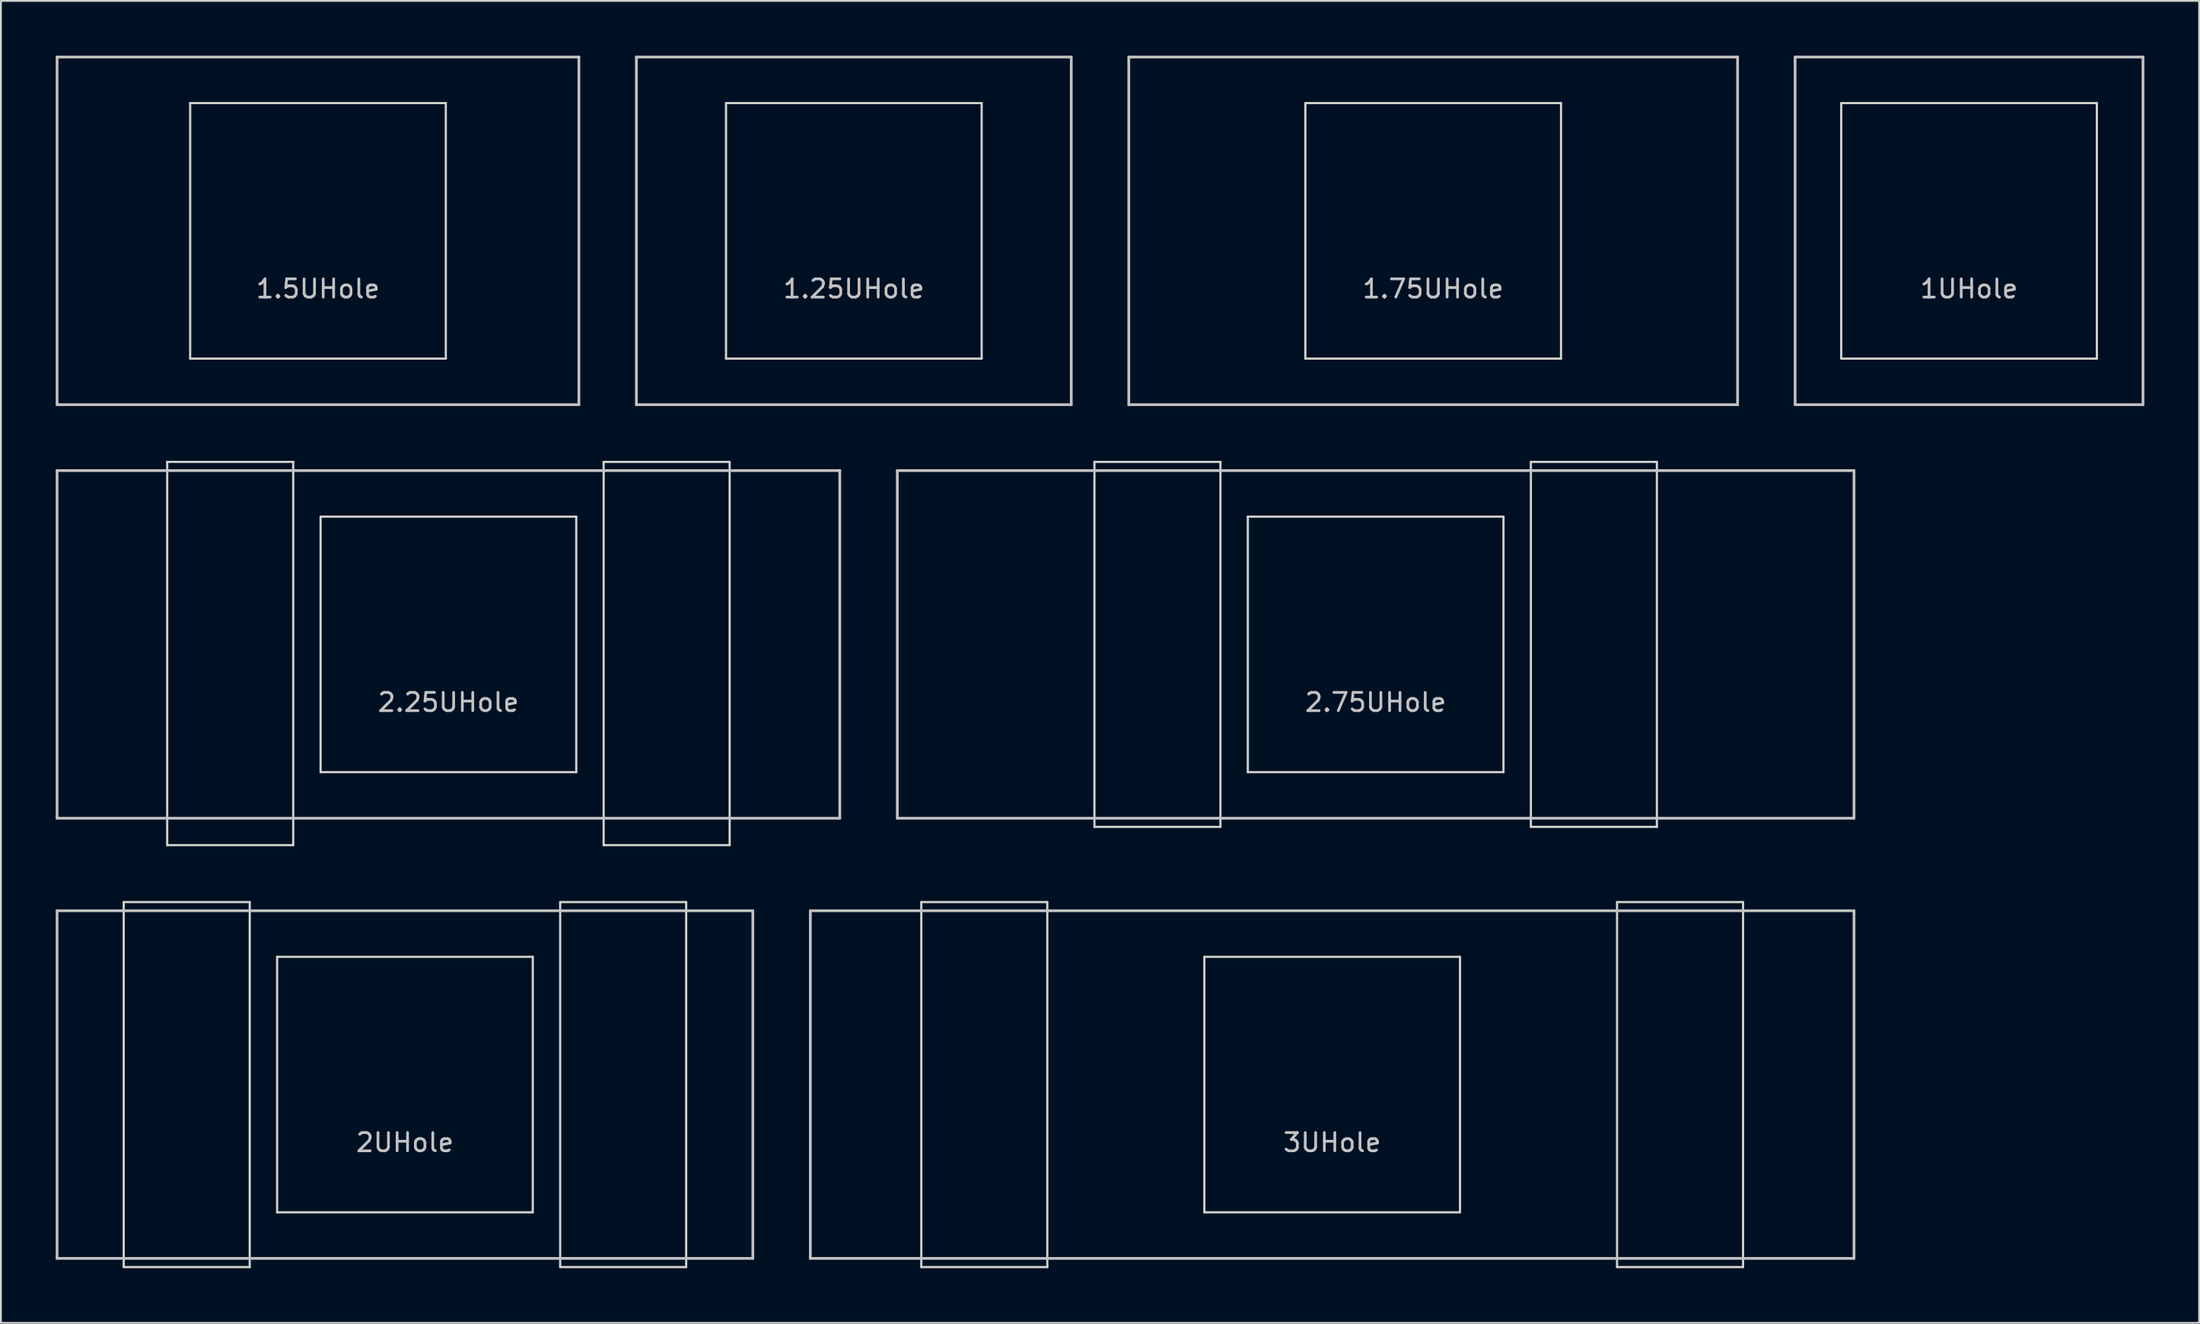
<source format=kicad_pcb>
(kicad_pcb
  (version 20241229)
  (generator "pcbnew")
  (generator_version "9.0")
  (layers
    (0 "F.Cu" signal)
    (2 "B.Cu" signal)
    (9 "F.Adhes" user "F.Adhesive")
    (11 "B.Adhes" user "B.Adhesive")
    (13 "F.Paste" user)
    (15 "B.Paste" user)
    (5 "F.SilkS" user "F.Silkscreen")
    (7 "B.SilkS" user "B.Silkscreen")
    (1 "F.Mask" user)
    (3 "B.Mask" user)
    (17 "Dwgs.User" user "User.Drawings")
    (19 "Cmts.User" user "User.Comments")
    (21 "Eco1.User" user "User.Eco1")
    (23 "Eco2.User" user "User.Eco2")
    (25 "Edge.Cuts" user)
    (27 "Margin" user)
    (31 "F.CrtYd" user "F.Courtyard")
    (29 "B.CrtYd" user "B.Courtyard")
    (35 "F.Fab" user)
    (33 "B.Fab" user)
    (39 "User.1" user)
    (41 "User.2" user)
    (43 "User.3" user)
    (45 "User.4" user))
  (footprint "2.25UHole"
    (layer "F.Cu")
    (at 21.506 32.26)
    (property "Reference" "2.25UHole" (at 0 3.175 0) (layer "Dwgs.User") (effects (font (size 1 1) (thickness 0.15))))
    (attr through_hole)
    (fp_line (start -21.431 -9.525) (end 21.431 -9.525) (stroke (width 0.15) (type solid)) (layer "Dwgs.User"))
    (fp_line (start -21.431 9.525) (end -21.431 -9.525) (stroke (width 0.15) (type solid)) (layer "Dwgs.User"))
    (fp_line (start -21.431 9.525) (end 21.431 9.525) (stroke (width 0.15) (type solid)) (layer "Dwgs.User"))
    (fp_line (start 21.431 -9.525) (end 21.431 9.525) (stroke (width 0.15) (type solid)) (layer "Dwgs.User"))
    (fp_line (start -15.4 -10) (end -8.5 -10) (stroke (width 0.12) (type solid)) (layer "Edge.Cuts"))
    (fp_line (start -15.4 11) (end -15.4 -10) (stroke (width 0.12) (type solid)) (layer "Edge.Cuts"))
    (fp_line (start -15.4 11) (end -8.5 11) (stroke (width 0.12) (type solid)) (layer "Edge.Cuts"))
    (fp_line (start -8.5 -10) (end -8.5 11) (stroke (width 0.12) (type solid)) (layer "Edge.Cuts"))
    (fp_line (start -7 -7) (end 7 -7) (stroke (width 0.12) (type solid)) (layer "Edge.Cuts"))
    (fp_line (start -7 7) (end -7 -7) (stroke (width 0.12) (type solid)) (layer "Edge.Cuts"))
    (fp_line (start 7 -7) (end 7 7) (stroke (width 0.12) (type solid)) (layer "Edge.Cuts"))
    (fp_line (start 7 7) (end -7 7) (stroke (width 0.12) (type solid)) (layer "Edge.Cuts"))
    (fp_line (start 8.5 -10) (end 8.5 11) (stroke (width 0.12) (type solid)) (layer "Edge.Cuts"))
    (fp_line (start 8.5 -10) (end 15.4 -10) (stroke (width 0.12) (type solid)) (layer "Edge.Cuts"))
    (fp_line (start 8.5 11) (end 15.4 11) (stroke (width 0.12) (type solid)) (layer "Edge.Cuts"))
    (fp_line (start 15.4 -10) (end 15.4 11) (stroke (width 0.12) (type solid)) (layer "Edge.Cuts")))
  (footprint "2.75UHole"
    (layer "F.Cu")
    (at 72.281 32.26)
    (property "Reference" "2.75UHole" (at 0 3.175 0) (layer "Dwgs.User") (effects (font (size 1 1) (thickness 0.15))))
    (attr through_hole)
    (fp_line (start -26.194 -9.525) (end 26.194 -9.525) (stroke (width 0.15) (type solid)) (layer "Dwgs.User"))
    (fp_line (start -26.194 9.525) (end -26.194 -9.525) (stroke (width 0.15) (type solid)) (layer "Dwgs.User"))
    (fp_line (start -26.194 9.525) (end 26.194 9.525) (stroke (width 0.15) (type solid)) (layer "Dwgs.User"))
    (fp_line (start 26.194 -9.525) (end 26.194 9.525) (stroke (width 0.15) (type solid)) (layer "Dwgs.User"))
    (fp_line (start -15.4 -10) (end -15.4 10) (stroke (width 0.12) (type solid)) (layer "Edge.Cuts"))
    (fp_line (start -15.4 -10) (end -8.5 -10) (stroke (width 0.12) (type solid)) (layer "Edge.Cuts"))
    (fp_line (start -8.5 -10) (end -8.5 10) (stroke (width 0.12) (type solid)) (layer "Edge.Cuts"))
    (fp_line (start -8.5 10) (end -15.4 10) (stroke (width 0.12) (type solid)) (layer "Edge.Cuts"))
    (fp_line (start -7 -7) (end 7 -7) (stroke (width 0.12) (type solid)) (layer "Edge.Cuts"))
    (fp_line (start -7 7) (end -7 -7) (stroke (width 0.12) (type solid)) (layer "Edge.Cuts"))
    (fp_line (start 7 -7) (end 7 7) (stroke (width 0.12) (type solid)) (layer "Edge.Cuts"))
    (fp_line (start 7 7) (end -7 7) (stroke (width 0.12) (type solid)) (layer "Edge.Cuts"))
    (fp_line (start 8.5 -10) (end 15.4 -10) (stroke (width 0.12) (type solid)) (layer "Edge.Cuts"))
    (fp_line (start 8.5 10) (end 8.5 -10) (stroke (width 0.12) (type solid)) (layer "Edge.Cuts"))
    (fp_line (start 8.5 10) (end 15.4 10) (stroke (width 0.12) (type solid)) (layer "Edge.Cuts"))
    (fp_line (start 15.4 -10) (end 15.4 10) (stroke (width 0.12) (type solid)) (layer "Edge.Cuts")))
  (footprint "1.25UHole"
    (layer "F.Cu")
    (at 43.706 9.6)
    (property "Reference" "1.25UHole" (at 0 3.175 0) (layer "Dwgs.User") (effects (font (size 1 1) (thickness 0.15))))
    (attr through_hole)
    (fp_line (start -11.906 -9.525) (end 11.906 -9.525) (stroke (width 0.15) (type solid)) (layer "Dwgs.User"))
    (fp_line (start -11.906 9.525) (end -11.906 -9.525) (stroke (width 0.15) (type solid)) (layer "Dwgs.User"))
    (fp_line (start -11.906 9.525) (end 11.906 9.525) (stroke (width 0.15) (type solid)) (layer "Dwgs.User"))
    (fp_line (start 11.906 -9.525) (end 11.906 9.525) (stroke (width 0.15) (type solid)) (layer "Dwgs.User"))
    (fp_line (start -7 -7) (end 7 -7) (stroke (width 0.12) (type solid)) (layer "Edge.Cuts"))
    (fp_line (start -7 7) (end -7 -7) (stroke (width 0.12) (type solid)) (layer "Edge.Cuts"))
    (fp_line (start 7 -7) (end 7 7) (stroke (width 0.12) (type solid)) (layer "Edge.Cuts"))
    (fp_line (start 7 7) (end -7 7) (stroke (width 0.12) (type solid)) (layer "Edge.Cuts")))
  (footprint "1.75UHole"
    (layer "F.Cu")
    (at 75.431 9.6)
    (property "Reference" "1.75UHole" (at 0 3.175 0) (layer "Dwgs.User") (effects (font (size 1 1) (thickness 0.15))))
    (attr through_hole)
    (fp_line (start -16.669 -9.525) (end 16.669 -9.525) (stroke (width 0.15) (type solid)) (layer "Dwgs.User"))
    (fp_line (start -16.669 9.525) (end -16.669 -9.525) (stroke (width 0.15) (type solid)) (layer "Dwgs.User"))
    (fp_line (start -16.669 9.525) (end 16.669 9.525) (stroke (width 0.15) (type solid)) (layer "Dwgs.User"))
    (fp_line (start 16.669 -9.525) (end 16.669 9.525) (stroke (width 0.15) (type solid)) (layer "Dwgs.User"))
    (fp_line (start -7 -7) (end 7 -7) (stroke (width 0.12) (type solid)) (layer "Edge.Cuts"))
    (fp_line (start -7 7) (end -7 -7) (stroke (width 0.12) (type solid)) (layer "Edge.Cuts"))
    (fp_line (start 7 -7) (end 7 7) (stroke (width 0.12) (type solid)) (layer "Edge.Cuts"))
    (fp_line (start 7 7) (end -7 7) (stroke (width 0.12) (type solid)) (layer "Edge.Cuts")))
  (footprint "3UHole"
    (layer "F.Cu")
    (at 69.9 56.38)
    (property "Reference" "3UHole" (at 0 3.175 0) (layer "Dwgs.User") (effects (font (size 1 1) (thickness 0.15))))
    (attr through_hole)
    (fp_line (start -28.575 -9.525) (end 28.575 -9.525) (stroke (width 0.15) (type solid)) (layer "Dwgs.User"))
    (fp_line (start -28.575 9.525) (end -28.575 -9.525) (stroke (width 0.15) (type solid)) (layer "Dwgs.User"))
    (fp_line (start -28.575 9.525) (end 28.575 9.525) (stroke (width 0.15) (type solid)) (layer "Dwgs.User"))
    (fp_line (start 28.575 -9.525) (end 28.575 9.525) (stroke (width 0.15) (type solid)) (layer "Dwgs.User"))
    (fp_line (start -22.5 -10) (end -15.6 -10) (stroke (width 0.12) (type solid)) (layer "Edge.Cuts"))
    (fp_line (start -22.5 10) (end -22.5 -10) (stroke (width 0.12) (type solid)) (layer "Edge.Cuts"))
    (fp_line (start -15.6 -10) (end -15.6 10) (stroke (width 0.12) (type solid)) (layer "Edge.Cuts"))
    (fp_line (start -15.6 10) (end -22.5 10) (stroke (width 0.12) (type solid)) (layer "Edge.Cuts"))
    (fp_line (start -7 -7) (end 7 -7) (stroke (width 0.12) (type solid)) (layer "Edge.Cuts"))
    (fp_line (start -7 7) (end -7 -7) (stroke (width 0.12) (type solid)) (layer "Edge.Cuts"))
    (fp_line (start 7 -7) (end 7 7) (stroke (width 0.12) (type solid)) (layer "Edge.Cuts"))
    (fp_line (start 7 7) (end -7 7) (stroke (width 0.12) (type solid)) (layer "Edge.Cuts"))
    (fp_line (start 15.6 -10) (end 22.5 -10) (stroke (width 0.12) (type solid)) (layer "Edge.Cuts"))
    (fp_line (start 15.6 10) (end 15.6 -10) (stroke (width 0.12) (type solid)) (layer "Edge.Cuts"))
    (fp_line (start 22.5 -10) (end 22.5 10) (stroke (width 0.12) (type solid)) (layer "Edge.Cuts"))
    (fp_line (start 22.5 10) (end 15.6 10) (stroke (width 0.12) (type solid)) (layer "Edge.Cuts")))
  (footprint "1UHole"
    (layer "F.Cu")
    (at 104.775 9.6)
    (property "Reference" "1UHole" (at 0 3.175 0) (layer "Dwgs.User") (effects (font (size 1 1) (thickness 0.15))))
    (attr through_hole)
    (fp_line (start -9.525 -9.525) (end 9.525 -9.525) (stroke (width 0.15) (type solid)) (layer "Dwgs.User"))
    (fp_line (start -9.525 9.525) (end -9.525 -9.525) (stroke (width 0.15) (type solid)) (layer "Dwgs.User"))
    (fp_line (start 9.525 -9.525) (end 9.525 9.525) (stroke (width 0.15) (type solid)) (layer "Dwgs.User"))
    (fp_line (start 9.525 9.525) (end -9.525 9.525) (stroke (width 0.15) (type solid)) (layer "Dwgs.User"))
    (fp_line (start -7 -7) (end -7 7) (stroke (width 0.12) (type solid)) (layer "Edge.Cuts"))
    (fp_line (start -7 -7) (end 7 -7) (stroke (width 0.12) (type solid)) (layer "Edge.Cuts"))
    (fp_line (start 7 -7) (end 7 7) (stroke (width 0.12) (type solid)) (layer "Edge.Cuts"))
    (fp_line (start 7 7) (end -7 7) (stroke (width 0.12) (type solid)) (layer "Edge.Cuts")))
  (footprint "1.5UHole"
    (layer "F.Cu")
    (at 14.363 9.6)
    (property "Reference" "1.5UHole" (at 0 3.175 0) (layer "Dwgs.User") (effects (font (size 1 1) (thickness 0.15))))
    (attr through_hole)
    (fp_line (start -14.287 -9.525) (end 14.287 -9.525) (stroke (width 0.15) (type solid)) (layer "Dwgs.User"))
    (fp_line (start -14.287 9.525) (end -14.287 -9.525) (stroke (width 0.15) (type solid)) (layer "Dwgs.User"))
    (fp_line (start -14.287 9.525) (end 14.287 9.525) (stroke (width 0.15) (type solid)) (layer "Dwgs.User"))
    (fp_line (start 14.287 -9.525) (end 14.287 9.525) (stroke (width 0.15) (type solid)) (layer "Dwgs.User"))
    (fp_line (start -7 -7) (end 7 -7) (stroke (width 0.12) (type solid)) (layer "Edge.Cuts"))
    (fp_line (start -7 7) (end -7 -7) (stroke (width 0.12) (type solid)) (layer "Edge.Cuts"))
    (fp_line (start 7 -7) (end 7 7) (stroke (width 0.12) (type solid)) (layer "Edge.Cuts"))
    (fp_line (start 7 7) (end -7 7) (stroke (width 0.12) (type solid)) (layer "Edge.Cuts")))
  (footprint "2UHole"
    (layer "F.Cu")
    (at 19.125 56.38)
    (property "Reference" "2UHole" (at 0 3.175 0) (layer "Dwgs.User") (effects (font (size 1 1) (thickness 0.15))))
    (attr through_hole)
    (fp_line (start -19.05 -9.525) (end 19.05 -9.525) (stroke (width 0.15) (type solid)) (layer "Dwgs.User"))
    (fp_line (start -19.05 9.525) (end -19.05 -9.525) (stroke (width 0.15) (type solid)) (layer "Dwgs.User"))
    (fp_line (start -19.05 9.525) (end 19.05 9.525) (stroke (width 0.15) (type solid)) (layer "Dwgs.User"))
    (fp_line (start 19.05 -9.525) (end 19.05 9.525) (stroke (width 0.15) (type solid)) (layer "Dwgs.User"))
    (fp_line (start -15.4 -10) (end -15.4 10) (stroke (width 0.12) (type solid)) (layer "Edge.Cuts"))
    (fp_line (start -15.4 10) (end -8.5 10) (stroke (width 0.12) (type solid)) (layer "Edge.Cuts"))
    (fp_line (start -8.5 -10) (end -15.4 -10) (stroke (width 0.12) (type solid)) (layer "Edge.Cuts"))
    (fp_line (start -8.5 10) (end -8.5 -10) (stroke (width 0.12) (type solid)) (layer "Edge.Cuts"))
    (fp_line (start -7 -7) (end 7 -7) (stroke (width 0.12) (type solid)) (layer "Edge.Cuts"))
    (fp_line (start -7 7) (end -7 -7) (stroke (width 0.12) (type solid)) (layer "Edge.Cuts"))
    (fp_line (start 7 -7) (end 7 7) (stroke (width 0.12) (type solid)) (layer "Edge.Cuts"))
    (fp_line (start 7 7) (end -7 7) (stroke (width 0.12) (type solid)) (layer "Edge.Cuts"))
    (fp_line (start 8.5 -10) (end 15.4 -10) (stroke (width 0.12) (type solid)) (layer "Edge.Cuts"))
    (fp_line (start 8.5 10) (end 8.5 -10) (stroke (width 0.12) (type solid)) (layer "Edge.Cuts"))
    (fp_line (start 15.4 -10) (end 15.4 10) (stroke (width 0.12) (type solid)) (layer "Edge.Cuts"))
    (fp_line (start 15.4 10) (end 8.5 10) (stroke (width 0.12) (type solid)) (layer "Edge.Cuts")))
  (gr_rect
    (start -3 -3)
    (end 117.375 69.44)
    (stroke (width 0.1) (type default))
    (fill no)
    (layer "Edge.Cuts")))
</source>
